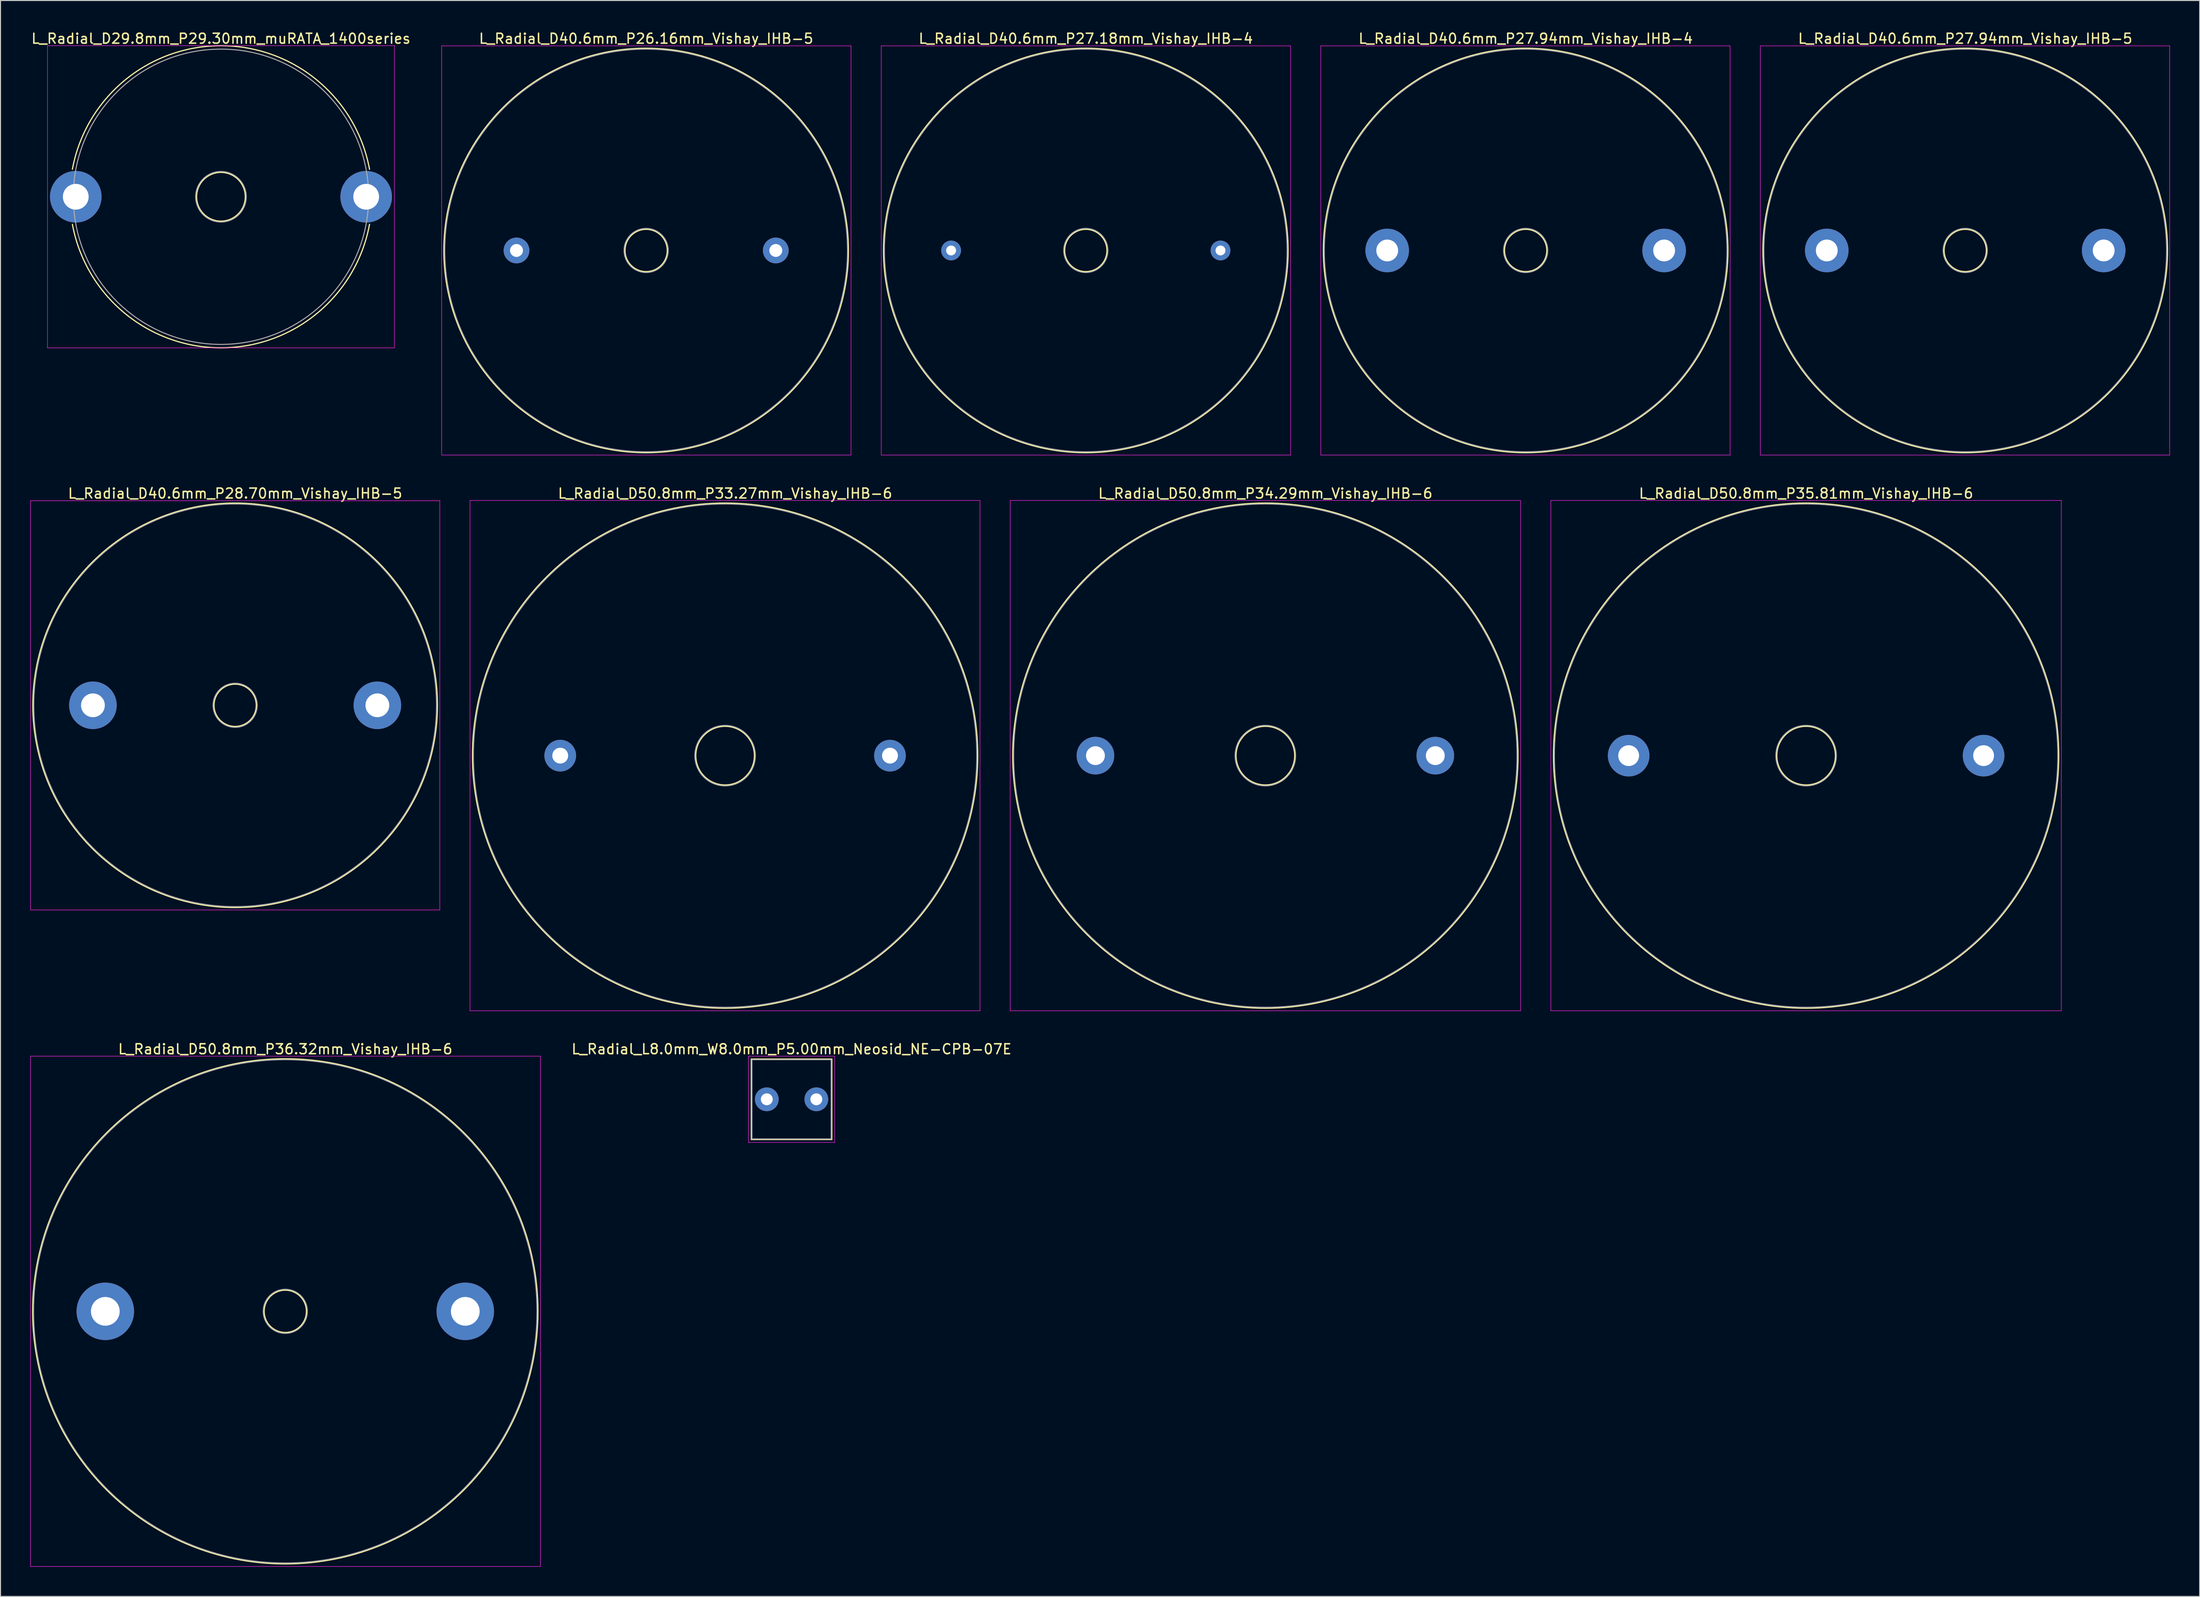
<source format=kicad_pcb>
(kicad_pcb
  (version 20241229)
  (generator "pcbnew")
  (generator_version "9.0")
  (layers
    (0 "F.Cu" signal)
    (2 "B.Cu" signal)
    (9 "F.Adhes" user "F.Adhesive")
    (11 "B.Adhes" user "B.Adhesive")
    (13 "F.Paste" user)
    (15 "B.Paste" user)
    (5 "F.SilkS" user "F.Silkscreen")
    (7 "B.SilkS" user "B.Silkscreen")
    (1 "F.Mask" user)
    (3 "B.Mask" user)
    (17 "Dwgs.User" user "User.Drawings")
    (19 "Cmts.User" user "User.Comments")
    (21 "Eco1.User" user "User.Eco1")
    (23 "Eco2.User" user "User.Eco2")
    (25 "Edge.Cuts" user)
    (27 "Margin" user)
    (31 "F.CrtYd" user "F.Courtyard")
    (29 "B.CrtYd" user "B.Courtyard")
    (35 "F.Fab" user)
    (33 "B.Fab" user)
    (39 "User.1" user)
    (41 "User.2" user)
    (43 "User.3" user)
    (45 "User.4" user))
  (footprint "L_Radial_D40.6mm_P27.18mm_Vishay_IHB-4"
    (layer "F.Cu")
    (at 92.913 22.228)
    (property "Reference" "L_Radial_D40.6mm_P27.18mm_Vishay_IHB-4" (at 13.59 -21.38 0) (layer "F.SilkS") (effects (font (size 1 1) (thickness 0.15))))
    (attr through_hole)
    (fp_circle (center 13.59 0) (end 15.725 0) (stroke (width 0.12) (type solid)) (fill no) (layer "F.SilkS"))
    (fp_circle (center 13.59 0) (end 34 0) (stroke (width 0.12) (type solid)) (fill no) (layer "F.SilkS"))
    (fp_line (start -7.05 -20.65) (end -7.05 20.65) (stroke (width 0.05) (type solid)) (layer "F.CrtYd"))
    (fp_line (start -7.05 20.65) (end 34.25 20.65) (stroke (width 0.05) (type solid)) (layer "F.CrtYd"))
    (fp_line (start 34.25 -20.65) (end -7.05 -20.65) (stroke (width 0.05) (type solid)) (layer "F.CrtYd"))
    (fp_line (start 34.25 20.65) (end 34.25 -20.65) (stroke (width 0.05) (type solid)) (layer "F.CrtYd"))
    (fp_circle (center 13.59 0) (end 15.815 0) (stroke (width 0.1) (type solid)) (fill no) (layer "F.Fab"))
    (fp_circle (center 13.59 0) (end 33.91 0) (stroke (width 0.1) (type solid)) (fill no) (layer "F.Fab"))
    (pad "1" thru_hole circle (at 0 0) (size 2 2) (drill 1) (layers "*.Cu" "*.Mask"))
    (pad "2" thru_hole circle (at 27.18 0) (size 2 2) (drill 1) (layers "*.Cu" "*.Mask")))
  (footprint "L_Radial_D29.8mm_P29.30mm_muRATA_1400series"
    (layer "F.Cu")
    (at 4.594 16.808)
    (property "Reference" "L_Radial_D29.8mm_P29.30mm_muRATA_1400series" (at 14.65 -15.96 0) (layer "F.SilkS") (effects (font (size 1 1) (thickness 0.15))))
    (attr through_hole)
    (fp_arc (start -0.34 -2.78) (mid 14.651738 -15.245606) (end 29.640633 -2.776582) (stroke (width 0.12) (type solid)) (layer "F.SilkS"))
    (fp_arc (start 29.640633 2.776582) (mid 14.651738 15.245605) (end -0.34 2.78) (stroke (width 0.12) (type solid)) (layer "F.SilkS"))
    (fp_circle (center 14.65 0) (end 17.11 0) (stroke (width 0.12) (type solid)) (fill no) (layer "F.SilkS"))
    (fp_line (start -2.85 -15.25) (end -2.85 15.25) (stroke (width 0.05) (type solid)) (layer "F.CrtYd"))
    (fp_line (start -2.85 15.25) (end 32.15 15.25) (stroke (width 0.05) (type solid)) (layer "F.CrtYd"))
    (fp_line (start 32.15 -15.25) (end -2.85 -15.25) (stroke (width 0.05) (type solid)) (layer "F.CrtYd"))
    (fp_line (start 32.15 15.25) (end 32.15 -15.25) (stroke (width 0.05) (type solid)) (layer "F.CrtYd"))
    (fp_circle (center 14.65 0) (end 17.2 0) (stroke (width 0.1) (type solid)) (fill no) (layer "F.Fab"))
    (fp_circle (center 14.65 0) (end 29.55 0) (stroke (width 0.1) (type solid)) (fill no) (layer "F.Fab"))
    (pad "1" thru_hole circle (at 0 0) (size 5.2 5.2) (drill 2.6) (layers "*.Cu" "*.Mask"))
    (pad "2" thru_hole circle (at 29.3 0) (size 5.2 5.2) (drill 2.6) (layers "*.Cu" "*.Mask")))
  (footprint "L_Radial_D40.6mm_P28.70mm_Vishay_IHB-5"
    (layer "F.Cu")
    (at 6.325 68.132)
    (property "Reference" "L_Radial_D40.6mm_P28.70mm_Vishay_IHB-5" (at 14.35 -21.38 0) (layer "F.SilkS") (effects (font (size 1 1) (thickness 0.15))))
    (attr through_hole)
    (fp_circle (center 14.35 0) (end 16.485 0) (stroke (width 0.12) (type solid)) (fill no) (layer "F.SilkS"))
    (fp_circle (center 14.35 0) (end 34.76 0) (stroke (width 0.12) (type solid)) (fill no) (layer "F.SilkS"))
    (fp_line (start -6.3 -20.65) (end -6.3 20.65) (stroke (width 0.05) (type solid)) (layer "F.CrtYd"))
    (fp_line (start -6.3 20.65) (end 35 20.65) (stroke (width 0.05) (type solid)) (layer "F.CrtYd"))
    (fp_line (start 35 -20.65) (end -6.3 -20.65) (stroke (width 0.05) (type solid)) (layer "F.CrtYd"))
    (fp_line (start 35 20.65) (end 35 -20.65) (stroke (width 0.05) (type solid)) (layer "F.CrtYd"))
    (fp_circle (center 14.35 0) (end 16.575 0) (stroke (width 0.1) (type solid)) (fill no) (layer "F.Fab"))
    (fp_circle (center 14.35 0) (end 34.67 0) (stroke (width 0.1) (type solid)) (fill no) (layer "F.Fab"))
    (pad "1" thru_hole circle (at 0 0) (size 4.8 4.8) (drill 2.4) (layers "*.Cu" "*.Mask"))
    (pad "2" thru_hole circle (at 28.7 0) (size 4.8 4.8) (drill 2.4) (layers "*.Cu" "*.Mask")))
  (footprint "L_Radial_L8.0mm_W8.0mm_P5.00mm_Neosid_NE-CPB-07E"
    (layer "F.Cu")
    (at 74.315 107.895)
    (property "Reference" "L_Radial_L8.0mm_W8.0mm_P5.00mm_Neosid_NE-CPB-07E" (at 2.5 -5.06 0) (layer "F.SilkS") (effects (font (size 1 1) (thickness 0.15))))
    (attr through_hole)
    (fp_line (start -1.56 -4.06) (end -1.56 4.06) (stroke (width 0.12) (type solid)) (layer "F.SilkS"))
    (fp_line (start -1.56 -4.06) (end 6.56 -4.06) (stroke (width 0.12) (type solid)) (layer "F.SilkS"))
    (fp_line (start -1.56 4.06) (end 6.56 4.06) (stroke (width 0.12) (type solid)) (layer "F.SilkS"))
    (fp_line (start 6.56 -4.06) (end 6.56 4.06) (stroke (width 0.12) (type solid)) (layer "F.SilkS"))
    (fp_line (start -1.85 -4.35) (end -1.85 4.35) (stroke (width 0.05) (type solid)) (layer "F.CrtYd"))
    (fp_line (start -1.85 4.35) (end 6.85 4.35) (stroke (width 0.05) (type solid)) (layer "F.CrtYd"))
    (fp_line (start 6.85 -4.35) (end -1.85 -4.35) (stroke (width 0.05) (type solid)) (layer "F.CrtYd"))
    (fp_line (start 6.85 4.35) (end 6.85 -4.35) (stroke (width 0.05) (type solid)) (layer "F.CrtYd"))
    (fp_line (start -1.5 -4) (end -1.5 4) (stroke (width 0.1) (type solid)) (layer "F.Fab"))
    (fp_line (start -1.5 4) (end 6.5 4) (stroke (width 0.1) (type solid)) (layer "F.Fab"))
    (fp_line (start 6.5 -4) (end -1.5 -4) (stroke (width 0.1) (type solid)) (layer "F.Fab"))
    (fp_line (start 6.5 4) (end 6.5 -4) (stroke (width 0.1) (type solid)) (layer "F.Fab"))
    (pad "1" thru_hole circle (at 0 0) (size 2.4 2.4) (drill 1.2) (layers "*.Cu" "*.Mask"))
    (pad "2" thru_hole circle (at 5 0) (size 2.4 2.4) (drill 1.2) (layers "*.Cu" "*.Mask")))
  (footprint "L_Radial_D50.8mm_P33.27mm_Vishay_IHB-6"
    (layer "F.Cu")
    (at 53.475 73.212)
    (property "Reference" "L_Radial_D50.8mm_P33.27mm_Vishay_IHB-6" (at 16.635 -26.46 0) (layer "F.SilkS") (effects (font (size 1 1) (thickness 0.15))))
    (attr through_hole)
    (fp_circle (center 16.635 0) (end 19.595 0) (stroke (width 0.12) (type solid)) (fill no) (layer "F.SilkS"))
    (fp_circle (center 16.635 0) (end 42.125 0) (stroke (width 0.12) (type solid)) (fill no) (layer "F.SilkS"))
    (fp_line (start -9.1 -25.75) (end -9.1 25.75) (stroke (width 0.05) (type solid)) (layer "F.CrtYd"))
    (fp_line (start -9.1 25.75) (end 42.35 25.75) (stroke (width 0.05) (type solid)) (layer "F.CrtYd"))
    (fp_line (start 42.35 -25.75) (end -9.1 -25.75) (stroke (width 0.05) (type solid)) (layer "F.CrtYd"))
    (fp_line (start 42.35 25.75) (end 42.35 -25.75) (stroke (width 0.05) (type solid)) (layer "F.CrtYd"))
    (fp_circle (center 16.635 0) (end 19.685 0) (stroke (width 0.1) (type solid)) (fill no) (layer "F.Fab"))
    (fp_circle (center 16.635 0) (end 42.035 0) (stroke (width 0.1) (type solid)) (fill no) (layer "F.Fab"))
    (pad "1" thru_hole circle (at 0 0) (size 3.2 3.2) (drill 1.6) (layers "*.Cu" "*.Mask"))
    (pad "2" thru_hole circle (at 33.27 0) (size 3.2 3.2) (drill 1.6) (layers "*.Cu" "*.Mask")))
  (footprint "L_Radial_D40.6mm_P27.94mm_Vishay_IHB-5"
    (layer "F.Cu")
    (at 181.263 22.228)
    (property "Reference" "L_Radial_D40.6mm_P27.94mm_Vishay_IHB-5" (at 13.97 -21.38 0) (layer "F.SilkS") (effects (font (size 1 1) (thickness 0.15))))
    (attr through_hole)
    (fp_circle (center 13.97 0) (end 16.105 0) (stroke (width 0.12) (type solid)) (fill no) (layer "F.SilkS"))
    (fp_circle (center 13.97 0) (end 34.38 0) (stroke (width 0.12) (type solid)) (fill no) (layer "F.SilkS"))
    (fp_line (start -6.7 -20.65) (end -6.7 20.65) (stroke (width 0.05) (type solid)) (layer "F.CrtYd"))
    (fp_line (start -6.7 20.65) (end 34.6 20.65) (stroke (width 0.05) (type solid)) (layer "F.CrtYd"))
    (fp_line (start 34.6 -20.65) (end -6.7 -20.65) (stroke (width 0.05) (type solid)) (layer "F.CrtYd"))
    (fp_line (start 34.6 20.65) (end 34.6 -20.65) (stroke (width 0.05) (type solid)) (layer "F.CrtYd"))
    (fp_circle (center 13.97 0) (end 16.195 0) (stroke (width 0.1) (type solid)) (fill no) (layer "F.Fab"))
    (fp_circle (center 13.97 0) (end 34.29 0) (stroke (width 0.1) (type solid)) (fill no) (layer "F.Fab"))
    (pad "1" thru_hole circle (at 0 0) (size 4.4 4.4) (drill 2.2) (layers "*.Cu" "*.Mask"))
    (pad "2" thru_hole circle (at 27.94 0) (size 4.4 4.4) (drill 2.2) (layers "*.Cu" "*.Mask")))
  (footprint "L_Radial_D40.6mm_P27.94mm_Vishay_IHB-4"
    (layer "F.Cu")
    (at 136.913 22.228)
    (property "Reference" "L_Radial_D40.6mm_P27.94mm_Vishay_IHB-4" (at 13.97 -21.38 0) (layer "F.SilkS") (effects (font (size 1 1) (thickness 0.15))))
    (attr through_hole)
    (fp_circle (center 13.97 0) (end 16.105 0) (stroke (width 0.12) (type solid)) (fill no) (layer "F.SilkS"))
    (fp_circle (center 13.97 0) (end 34.38 0) (stroke (width 0.12) (type solid)) (fill no) (layer "F.SilkS"))
    (fp_line (start -6.7 -20.65) (end -6.7 20.65) (stroke (width 0.05) (type solid)) (layer "F.CrtYd"))
    (fp_line (start -6.7 20.65) (end 34.6 20.65) (stroke (width 0.05) (type solid)) (layer "F.CrtYd"))
    (fp_line (start 34.6 -20.65) (end -6.7 -20.65) (stroke (width 0.05) (type solid)) (layer "F.CrtYd"))
    (fp_line (start 34.6 20.65) (end 34.6 -20.65) (stroke (width 0.05) (type solid)) (layer "F.CrtYd"))
    (fp_circle (center 13.97 0) (end 16.195 0) (stroke (width 0.1) (type solid)) (fill no) (layer "F.Fab"))
    (fp_circle (center 13.97 0) (end 34.29 0) (stroke (width 0.1) (type solid)) (fill no) (layer "F.Fab"))
    (pad "1" thru_hole circle (at 0 0) (size 4.4 4.4) (drill 2.2) (layers "*.Cu" "*.Mask"))
    (pad "2" thru_hole circle (at 27.94 0) (size 4.4 4.4) (drill 2.2) (layers "*.Cu" "*.Mask")))
  (footprint "L_Radial_D50.8mm_P34.29mm_Vishay_IHB-6"
    (layer "F.Cu")
    (at 107.475 73.212)
    (property "Reference" "L_Radial_D50.8mm_P34.29mm_Vishay_IHB-6" (at 17.145 -26.46 0) (layer "F.SilkS") (effects (font (size 1 1) (thickness 0.15))))
    (attr through_hole)
    (fp_circle (center 17.145 0) (end 20.105 0) (stroke (width 0.12) (type solid)) (fill no) (layer "F.SilkS"))
    (fp_circle (center 17.145 0) (end 42.635 0) (stroke (width 0.12) (type solid)) (fill no) (layer "F.SilkS"))
    (fp_line (start -8.6 -25.75) (end -8.6 25.75) (stroke (width 0.05) (type solid)) (layer "F.CrtYd"))
    (fp_line (start -8.6 25.75) (end 42.9 25.75) (stroke (width 0.05) (type solid)) (layer "F.CrtYd"))
    (fp_line (start 42.9 -25.75) (end -8.6 -25.75) (stroke (width 0.05) (type solid)) (layer "F.CrtYd"))
    (fp_line (start 42.9 25.75) (end 42.9 -25.75) (stroke (width 0.05) (type solid)) (layer "F.CrtYd"))
    (fp_circle (center 17.145 0) (end 20.195 0) (stroke (width 0.1) (type solid)) (fill no) (layer "F.Fab"))
    (fp_circle (center 17.145 0) (end 42.545 0) (stroke (width 0.1) (type solid)) (fill no) (layer "F.Fab"))
    (pad "1" thru_hole circle (at 0 0) (size 3.8 3.8) (drill 1.9) (layers "*.Cu" "*.Mask"))
    (pad "2" thru_hole circle (at 34.29 0) (size 3.8 3.8) (drill 1.9) (layers "*.Cu" "*.Mask")))
  (footprint "L_Radial_D50.8mm_P35.81mm_Vishay_IHB-6"
    (layer "F.Cu")
    (at 161.275 73.212)
    (property "Reference" "L_Radial_D50.8mm_P35.81mm_Vishay_IHB-6" (at 17.905 -26.46 0) (layer "F.SilkS") (effects (font (size 1 1) (thickness 0.15))))
    (attr through_hole)
    (fp_circle (center 17.905 0) (end 20.865 0) (stroke (width 0.12) (type solid)) (fill no) (layer "F.SilkS"))
    (fp_circle (center 17.905 0) (end 43.395 0) (stroke (width 0.12) (type solid)) (fill no) (layer "F.SilkS"))
    (fp_line (start -7.85 -25.75) (end -7.85 25.75) (stroke (width 0.05) (type solid)) (layer "F.CrtYd"))
    (fp_line (start -7.85 25.75) (end 43.65 25.75) (stroke (width 0.05) (type solid)) (layer "F.CrtYd"))
    (fp_line (start 43.65 -25.75) (end -7.85 -25.75) (stroke (width 0.05) (type solid)) (layer "F.CrtYd"))
    (fp_line (start 43.65 25.75) (end 43.65 -25.75) (stroke (width 0.05) (type solid)) (layer "F.CrtYd"))
    (fp_circle (center 17.905 0) (end 20.955 0) (stroke (width 0.1) (type solid)) (fill no) (layer "F.Fab"))
    (fp_circle (center 17.905 0) (end 43.305 0) (stroke (width 0.1) (type solid)) (fill no) (layer "F.Fab"))
    (pad "1" thru_hole circle (at 0 0) (size 4.2 4.2) (drill 2.1) (layers "*.Cu" "*.Mask"))
    (pad "2" thru_hole circle (at 35.81 0) (size 4.2 4.2) (drill 2.1) (layers "*.Cu" "*.Mask")))
  (footprint "L_Radial_D50.8mm_P36.32mm_Vishay_IHB-6"
    (layer "F.Cu")
    (at 7.575 129.295)
    (property "Reference" "L_Radial_D50.8mm_P36.32mm_Vishay_IHB-6" (at 18.16 -26.46 0) (layer "F.SilkS") (effects (font (size 1 1) (thickness 0.15))))
    (attr through_hole)
    (fp_circle (center 18.16 0) (end 20.295 0) (stroke (width 0.12) (type solid)) (fill no) (layer "F.SilkS"))
    (fp_circle (center 18.16 0) (end 43.65 0) (stroke (width 0.12) (type solid)) (fill no) (layer "F.SilkS"))
    (fp_line (start -7.55 -25.75) (end -7.55 25.75) (stroke (width 0.05) (type solid)) (layer "F.CrtYd"))
    (fp_line (start -7.55 25.75) (end 43.9 25.75) (stroke (width 0.05) (type solid)) (layer "F.CrtYd"))
    (fp_line (start 43.9 -25.75) (end -7.55 -25.75) (stroke (width 0.05) (type solid)) (layer "F.CrtYd"))
    (fp_line (start 43.9 25.75) (end 43.9 -25.75) (stroke (width 0.05) (type solid)) (layer "F.CrtYd"))
    (fp_circle (center 18.16 0) (end 20.385 0) (stroke (width 0.1) (type solid)) (fill no) (layer "F.Fab"))
    (fp_circle (center 18.16 0) (end 43.56 0) (stroke (width 0.1) (type solid)) (fill no) (layer "F.Fab"))
    (pad "1" thru_hole circle (at 0 0) (size 5.8 5.8) (drill 2.9) (layers "*.Cu" "*.Mask"))
    (pad "2" thru_hole circle (at 36.32 0) (size 5.8 5.8) (drill 2.9) (layers "*.Cu" "*.Mask")))
  (footprint "L_Radial_D40.6mm_P26.16mm_Vishay_IHB-5"
    (layer "F.Cu")
    (at 49.063 22.228)
    (property "Reference" "L_Radial_D40.6mm_P26.16mm_Vishay_IHB-5" (at 13.08 -21.38 0) (layer "F.SilkS") (effects (font (size 1 1) (thickness 0.15))))
    (attr through_hole)
    (fp_circle (center 13.08 0) (end 15.215 0) (stroke (width 0.12) (type solid)) (fill no) (layer "F.SilkS"))
    (fp_circle (center 13.08 0) (end 33.49 0) (stroke (width 0.12) (type solid)) (fill no) (layer "F.SilkS"))
    (fp_line (start -7.55 -20.65) (end -7.55 20.65) (stroke (width 0.05) (type solid)) (layer "F.CrtYd"))
    (fp_line (start -7.55 20.65) (end 33.75 20.65) (stroke (width 0.05) (type solid)) (layer "F.CrtYd"))
    (fp_line (start 33.75 -20.65) (end -7.55 -20.65) (stroke (width 0.05) (type solid)) (layer "F.CrtYd"))
    (fp_line (start 33.75 20.65) (end 33.75 -20.65) (stroke (width 0.05) (type solid)) (layer "F.CrtYd"))
    (fp_circle (center 13.08 0) (end 15.305 0) (stroke (width 0.1) (type solid)) (fill no) (layer "F.Fab"))
    (fp_circle (center 13.08 0) (end 33.4 0) (stroke (width 0.1) (type solid)) (fill no) (layer "F.Fab"))
    (pad "1" thru_hole circle (at 0 0) (size 2.6 2.6) (drill 1.3) (layers "*.Cu" "*.Mask"))
    (pad "2" thru_hole circle (at 26.16 0) (size 2.6 2.6) (drill 1.3) (layers "*.Cu" "*.Mask")))
  (gr_rect
    (start -3 -3)
    (end 218.888 158.07)
    (stroke (width 0.1) (type default))
    (fill no)
    (layer "Edge.Cuts")))
</source>
